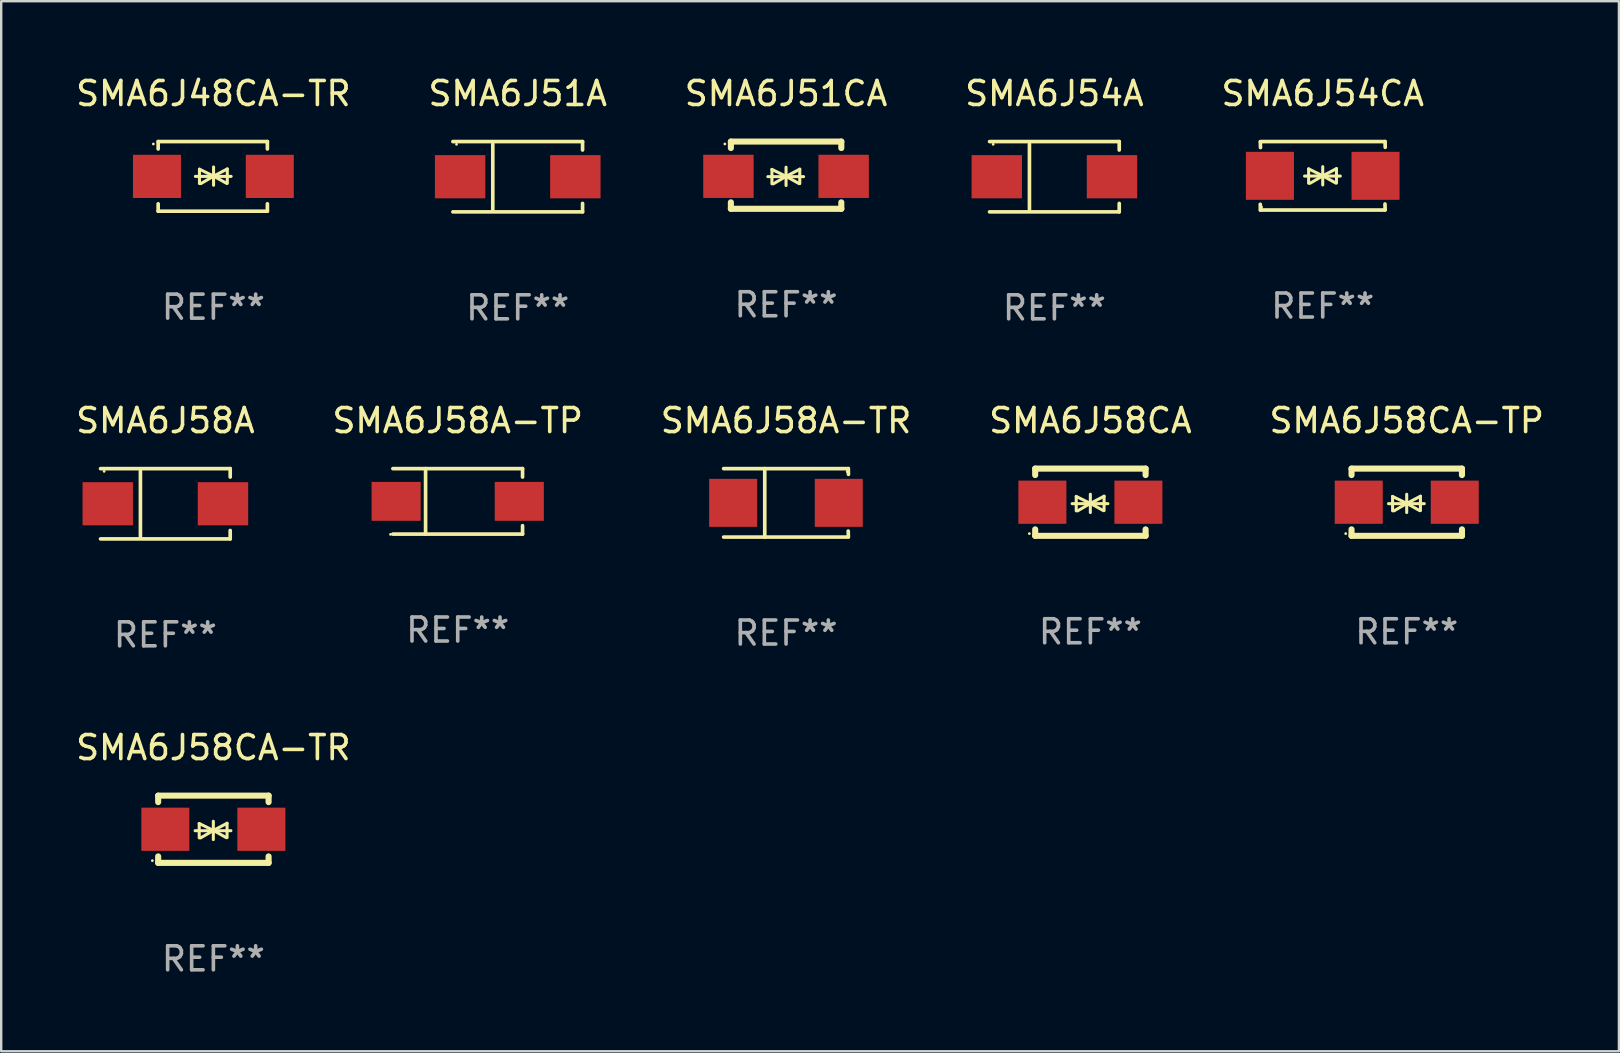
<source format=kicad_pcb>
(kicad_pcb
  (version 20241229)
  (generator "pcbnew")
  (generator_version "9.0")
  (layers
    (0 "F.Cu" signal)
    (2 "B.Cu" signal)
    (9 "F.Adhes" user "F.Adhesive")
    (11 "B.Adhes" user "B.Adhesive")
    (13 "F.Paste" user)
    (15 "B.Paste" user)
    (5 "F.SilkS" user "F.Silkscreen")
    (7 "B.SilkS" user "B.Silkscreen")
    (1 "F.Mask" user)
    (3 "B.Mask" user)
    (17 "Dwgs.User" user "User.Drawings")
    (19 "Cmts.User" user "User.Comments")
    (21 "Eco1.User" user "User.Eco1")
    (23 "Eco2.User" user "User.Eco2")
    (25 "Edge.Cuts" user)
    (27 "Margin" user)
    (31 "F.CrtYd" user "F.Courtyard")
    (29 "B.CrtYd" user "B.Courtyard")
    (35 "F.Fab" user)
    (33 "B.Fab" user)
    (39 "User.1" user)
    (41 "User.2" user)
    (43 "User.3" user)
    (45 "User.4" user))
  (footprint "SMA6J58A"
    (layer "F.Cu")
    (at 3.839 17.936)
    (property "Reference" "SMA6J58A" (at 0 -3.464 0) (layer "F.SilkS") (effects (font (size 1 1) (thickness 0.15))))
    (attr through_hole)
    (fp_line (start -2.701 -1.464) (end 2.701 -1.464) (stroke (width 0.152) (type solid)) (layer "F.SilkS"))
    (fp_line (start -2.701 1.464) (end 2.701 1.464) (stroke (width 0.152) (type solid)) (layer "F.SilkS"))
    (fp_line (start -1.039 -1.364) (end -1.039 1.364) (stroke (width 0.152) (type solid)) (layer "F.SilkS"))
    (fp_line (start 2.701 -1.464) (end 2.701 -1.113) (stroke (width 0.152) (type solid)) (layer "F.SilkS"))
    (fp_line (start 2.701 1.464) (end 2.701 1.113) (stroke (width 0.152) (type solid)) (layer "F.SilkS"))
    (fp_circle (center -2.55 -1.35) (end -2.52 -1.35) (stroke (width 0.06) (type solid)) (fill no) (layer "F.SilkS"))
    (fp_text user "REF**" (at 0 5.464 0) (layer "F.Fab") (effects (font (size 1 1) (thickness 0.15))))
    (pad "1" smd rect (at -2.4 0) (size 2.1 1.8) (layers "F.Cu" "F.Mask" "F.Paste"))
    (pad "2" smd rect (at 2.4 0) (size 2.1 1.8) (layers "F.Cu" "F.Mask" "F.Paste")))
  (footprint "SMA6J58CA-TP"
    (layer "F.Cu")
    (at 55.554 17.872)
    (property "Reference" "SMA6J58CA-TP" (at 0 -3.4 0) (layer "F.SilkS") (effects (font (size 1 1) (thickness 0.15))))
    (attr through_hole)
    (fp_line (start -2.3 -1.4) (end -2.3 -1.131) (stroke (width 0.254) (type solid)) (layer "F.SilkS"))
    (fp_line (start -2.3 -1.4) (end 2.3 -1.4) (stroke (width 0.254) (type solid)) (layer "F.SilkS"))
    (fp_line (start -2.3 1.131) (end -2.3 1.4) (stroke (width 0.254) (type solid)) (layer "F.SilkS"))
    (fp_line (start -2.3 1.4) (end 2.3 1.4) (stroke (width 0.254) (type solid)) (layer "F.SilkS"))
    (fp_line (start -0.76 0.06) (end 0.73 0.06) (stroke (width 0.127) (type solid)) (layer "F.SilkS"))
    (fp_line (start -0.59 -0.24) (end -0.59 0.36) (stroke (width 0.127) (type solid)) (layer "F.SilkS"))
    (fp_line (start -0.59 -0.24) (end -0.002 0.049) (stroke (width 0.127) (type solid)) (layer "F.SilkS"))
    (fp_line (start -0.53 0.36) (end -0.002 0.049) (stroke (width 0.127) (type solid)) (layer "F.SilkS"))
    (fp_line (start -0.002 0.049) (end -0.002 -0.332) (stroke (width 0.127) (type solid)) (layer "F.SilkS"))
    (fp_line (start -0.002 0.049) (end -0.002 0.43) (stroke (width 0.127) (type solid)) (layer "F.SilkS"))
    (fp_line (start 0.54 0.35) (end -0.002 0.049) (stroke (width 0.127) (type solid)) (layer "F.SilkS"))
    (fp_line (start 0.57 -0.25) (end -0.002 0.049) (stroke (width 0.127) (type solid)) (layer "F.SilkS"))
    (fp_line (start 0.57 -0.25) (end 0.57 0.35) (stroke (width 0.127) (type solid)) (layer "F.SilkS"))
    (fp_line (start 2.3 -1.4) (end 2.3 -1.131) (stroke (width 0.254) (type solid)) (layer "F.SilkS"))
    (fp_line (start 2.3 1.131) (end 2.3 1.4) (stroke (width 0.254) (type solid)) (layer "F.SilkS"))
    (fp_circle (center -2.542 1.308) (end -2.512 1.308) (stroke (width 0.06) (type solid)) (fill no) (layer "F.SilkS"))
    (fp_text user "REF**" (at 0 5.4 0) (layer "F.Fab") (effects (font (size 1 1) (thickness 0.15))))
    (pad "1" smd rect (at -2 0) (size 2 1.8) (layers "F.Cu" "F.Mask" "F.Paste"))
    (pad "2" smd rect (at 2 0) (size 2 1.8) (layers "F.Cu" "F.Mask" "F.Paste")))
  (footprint "SMA6J58CA-TR"
    (layer "F.Cu")
    (at 5.839 31.496)
    (property "Reference" "SMA6J58CA-TR" (at 0 -3.4 0) (layer "F.SilkS") (effects (font (size 1 1) (thickness 0.15))))
    (attr through_hole)
    (fp_line (start -2.3 -1.4) (end -2.3 -1.131) (stroke (width 0.254) (type solid)) (layer "F.SilkS"))
    (fp_line (start -2.3 -1.4) (end 2.3 -1.4) (stroke (width 0.254) (type solid)) (layer "F.SilkS"))
    (fp_line (start -2.3 1.131) (end -2.3 1.4) (stroke (width 0.254) (type solid)) (layer "F.SilkS"))
    (fp_line (start -2.3 1.4) (end 2.3 1.4) (stroke (width 0.254) (type solid)) (layer "F.SilkS"))
    (fp_line (start -0.76 0.06) (end 0.73 0.06) (stroke (width 0.127) (type solid)) (layer "F.SilkS"))
    (fp_line (start -0.59 -0.24) (end -0.59 0.36) (stroke (width 0.127) (type solid)) (layer "F.SilkS"))
    (fp_line (start -0.59 -0.24) (end -0.002 0.049) (stroke (width 0.127) (type solid)) (layer "F.SilkS"))
    (fp_line (start -0.53 0.36) (end -0.002 0.049) (stroke (width 0.127) (type solid)) (layer "F.SilkS"))
    (fp_line (start -0.002 0.049) (end -0.002 -0.332) (stroke (width 0.127) (type solid)) (layer "F.SilkS"))
    (fp_line (start -0.002 0.049) (end -0.002 0.43) (stroke (width 0.127) (type solid)) (layer "F.SilkS"))
    (fp_line (start 0.54 0.35) (end -0.002 0.049) (stroke (width 0.127) (type solid)) (layer "F.SilkS"))
    (fp_line (start 0.57 -0.25) (end -0.002 0.049) (stroke (width 0.127) (type solid)) (layer "F.SilkS"))
    (fp_line (start 0.57 -0.25) (end 0.57 0.35) (stroke (width 0.127) (type solid)) (layer "F.SilkS"))
    (fp_line (start 2.3 -1.4) (end 2.3 -1.131) (stroke (width 0.254) (type solid)) (layer "F.SilkS"))
    (fp_line (start 2.3 1.131) (end 2.3 1.4) (stroke (width 0.254) (type solid)) (layer "F.SilkS"))
    (fp_circle (center -2.542 1.308) (end -2.512 1.308) (stroke (width 0.06) (type solid)) (fill no) (layer "F.SilkS"))
    (fp_text user "REF**" (at 0 5.4 0) (layer "F.Fab") (effects (font (size 1 1) (thickness 0.15))))
    (pad "1" smd rect (at -2 0) (size 2 1.8) (layers "F.Cu" "F.Mask" "F.Paste"))
    (pad "2" smd rect (at 2 0) (size 2 1.8) (layers "F.Cu" "F.Mask" "F.Paste")))
  (footprint "SMA6J58CA"
    (layer "F.Cu")
    (at 42.375 17.872)
    (property "Reference" "SMA6J58CA" (at 0 -3.4 0) (layer "F.SilkS") (effects (font (size 1 1) (thickness 0.15))))
    (attr through_hole)
    (fp_line (start -2.3 -1.4) (end -2.3 -1.131) (stroke (width 0.254) (type solid)) (layer "F.SilkS"))
    (fp_line (start -2.3 -1.4) (end 2.3 -1.4) (stroke (width 0.254) (type solid)) (layer "F.SilkS"))
    (fp_line (start -2.3 1.131) (end -2.3 1.4) (stroke (width 0.254) (type solid)) (layer "F.SilkS"))
    (fp_line (start -2.3 1.4) (end 2.3 1.4) (stroke (width 0.254) (type solid)) (layer "F.SilkS"))
    (fp_line (start -0.76 0.06) (end 0.73 0.06) (stroke (width 0.127) (type solid)) (layer "F.SilkS"))
    (fp_line (start -0.59 -0.24) (end -0.59 0.36) (stroke (width 0.127) (type solid)) (layer "F.SilkS"))
    (fp_line (start -0.59 -0.24) (end -0.002 0.049) (stroke (width 0.127) (type solid)) (layer "F.SilkS"))
    (fp_line (start -0.53 0.36) (end -0.002 0.049) (stroke (width 0.127) (type solid)) (layer "F.SilkS"))
    (fp_line (start -0.002 0.049) (end -0.002 -0.332) (stroke (width 0.127) (type solid)) (layer "F.SilkS"))
    (fp_line (start -0.002 0.049) (end -0.002 0.43) (stroke (width 0.127) (type solid)) (layer "F.SilkS"))
    (fp_line (start 0.54 0.35) (end -0.002 0.049) (stroke (width 0.127) (type solid)) (layer "F.SilkS"))
    (fp_line (start 0.57 -0.25) (end -0.002 0.049) (stroke (width 0.127) (type solid)) (layer "F.SilkS"))
    (fp_line (start 0.57 -0.25) (end 0.57 0.35) (stroke (width 0.127) (type solid)) (layer "F.SilkS"))
    (fp_line (start 2.3 -1.4) (end 2.3 -1.131) (stroke (width 0.254) (type solid)) (layer "F.SilkS"))
    (fp_line (start 2.3 1.131) (end 2.3 1.4) (stroke (width 0.254) (type solid)) (layer "F.SilkS"))
    (fp_circle (center -2.542 1.308) (end -2.512 1.308) (stroke (width 0.06) (type solid)) (fill no) (layer "F.SilkS"))
    (fp_text user "REF**" (at 0 5.4 0) (layer "F.Fab") (effects (font (size 1 1) (thickness 0.15))))
    (pad "1" smd rect (at -2 0) (size 2 1.8) (layers "F.Cu" "F.Mask" "F.Paste"))
    (pad "2" smd rect (at 2 0) (size 2 1.8) (layers "F.Cu" "F.Mask" "F.Paste")))
  (footprint "SMA6J51A"
    (layer "F.Cu")
    (at 18.518 4.312)
    (property "Reference" "SMA6J51A" (at 0 -3.464 0) (layer "F.SilkS") (effects (font (size 1 1) (thickness 0.15))))
    (attr through_hole)
    (fp_line (start -2.701 -1.464) (end 2.701 -1.464) (stroke (width 0.152) (type solid)) (layer "F.SilkS"))
    (fp_line (start -2.701 1.464) (end 2.701 1.464) (stroke (width 0.152) (type solid)) (layer "F.SilkS"))
    (fp_line (start -1.039 -1.364) (end -1.039 1.364) (stroke (width 0.152) (type solid)) (layer "F.SilkS"))
    (fp_line (start 2.701 -1.464) (end 2.701 -1.113) (stroke (width 0.152) (type solid)) (layer "F.SilkS"))
    (fp_line (start 2.701 1.464) (end 2.701 1.113) (stroke (width 0.152) (type solid)) (layer "F.SilkS"))
    (fp_circle (center -2.55 -1.35) (end -2.52 -1.35) (stroke (width 0.06) (type solid)) (fill no) (layer "F.SilkS"))
    (fp_text user "REF**" (at 0 5.464 0) (layer "F.Fab") (effects (font (size 1 1) (thickness 0.15))))
    (pad "1" smd rect (at -2.4 0) (size 2.1 1.8) (layers "F.Cu" "F.Mask" "F.Paste"))
    (pad "2" smd rect (at 2.4 0) (size 2.1 1.8) (layers "F.Cu" "F.Mask" "F.Paste")))
  (footprint "SMA6J51CA"
    (layer "F.Cu")
    (at 29.696 4.248)
    (property "Reference" "SMA6J51CA" (at 0 -3.4 0) (layer "F.SilkS") (effects (font (size 1 1) (thickness 0.15))))
    (attr through_hole)
    (fp_line (start -2.298 -1.4) (end -2.298 -1.131) (stroke (width 0.254) (type solid)) (layer "F.SilkS"))
    (fp_line (start -2.298 -1.4) (end 2.302 -1.4) (stroke (width 0.254) (type solid)) (layer "F.SilkS"))
    (fp_line (start -2.298 1.131) (end -2.298 1.4) (stroke (width 0.254) (type solid)) (layer "F.SilkS"))
    (fp_line (start -2.298 1.4) (end 2.302 1.4) (stroke (width 0.254) (type solid)) (layer "F.SilkS"))
    (fp_line (start -0.758 0.06) (end 0.732 0.06) (stroke (width 0.127) (type solid)) (layer "F.SilkS"))
    (fp_line (start -0.588 -0.24) (end -0.588 0.36) (stroke (width 0.127) (type solid)) (layer "F.SilkS"))
    (fp_line (start -0.588 -0.24) (end 0.000025 0.049) (stroke (width 0.127) (type solid)) (layer "F.SilkS"))
    (fp_line (start -0.528 0.36) (end 0.000025 0.049) (stroke (width 0.127) (type solid)) (layer "F.SilkS"))
    (fp_line (start 0.000025 0.049) (end 0.000025 -0.332) (stroke (width 0.127) (type solid)) (layer "F.SilkS"))
    (fp_line (start 0.000025 0.049) (end 0.000025 0.43) (stroke (width 0.127) (type solid)) (layer "F.SilkS"))
    (fp_line (start 0.542 0.35) (end 0.000025 0.049) (stroke (width 0.127) (type solid)) (layer "F.SilkS"))
    (fp_line (start 0.572 -0.25) (end 0.000025 0.049) (stroke (width 0.127) (type solid)) (layer "F.SilkS"))
    (fp_line (start 0.572 -0.25) (end 0.572 0.35) (stroke (width 0.127) (type solid)) (layer "F.SilkS"))
    (fp_line (start 2.302 -1.4) (end 2.302 -1.131) (stroke (width 0.254) (type solid)) (layer "F.SilkS"))
    (fp_line (start 2.302 1.131) (end 2.302 1.4) (stroke (width 0.254) (type solid)) (layer "F.SilkS"))
    (fp_circle (center -2.549 -1.301) (end -2.519 -1.301) (stroke (width 0.06) (type solid)) (fill no) (layer "F.SilkS"))
    (fp_text user "REF**" (at 0 5.4 0) (layer "F.Fab") (effects (font (size 1 1) (thickness 0.15))))
    (pad "1" smd rect (at -2.4 0.049) (size 2.1 1.8) (layers "F.Cu" "F.Mask" "F.Paste"))
    (pad "2" smd rect (at 2.4 0.049) (size 2.1 1.8) (layers "F.Cu" "F.Mask" "F.Paste")))
  (footprint "SMA6J54A"
    (layer "F.Cu")
    (at 40.875 4.312)
    (property "Reference" "SMA6J54A" (at 0 -3.464 0) (layer "F.SilkS") (effects (font (size 1 1) (thickness 0.15))))
    (attr through_hole)
    (fp_line (start -2.701 -1.464) (end 2.701 -1.464) (stroke (width 0.152) (type solid)) (layer "F.SilkS"))
    (fp_line (start -2.701 1.464) (end 2.701 1.464) (stroke (width 0.152) (type solid)) (layer "F.SilkS"))
    (fp_line (start -1.039 -1.364) (end -1.039 1.364) (stroke (width 0.152) (type solid)) (layer "F.SilkS"))
    (fp_line (start 2.701 -1.464) (end 2.701 -1.113) (stroke (width 0.152) (type solid)) (layer "F.SilkS"))
    (fp_line (start 2.701 1.464) (end 2.701 1.113) (stroke (width 0.152) (type solid)) (layer "F.SilkS"))
    (fp_circle (center -2.55 -1.35) (end -2.52 -1.35) (stroke (width 0.06) (type solid)) (fill no) (layer "F.SilkS"))
    (fp_text user "REF**" (at 0 5.464 0) (layer "F.Fab") (effects (font (size 1 1) (thickness 0.15))))
    (pad "1" smd rect (at -2.4 0) (size 2.1 1.8) (layers "F.Cu" "F.Mask" "F.Paste"))
    (pad "2" smd rect (at 2.4 0) (size 2.1 1.8) (layers "F.Cu" "F.Mask" "F.Paste")))
  (footprint "SMA6J48CA-TR"
    (layer "F.Cu")
    (at 5.839 4.298)
    (property "Reference" "SMA6J48CA-TR" (at 0 -3.45 0) (layer "F.SilkS") (effects (font (size 1 1) (thickness 0.15))))
    (attr through_hole)
    (fp_line (start -2.3 -1.45) (end -2.3 -1.143) (stroke (width 0.152) (type solid)) (layer "F.SilkS"))
    (fp_line (start -2.3 -1.45) (end 2.25 -1.45) (stroke (width 0.152) (type solid)) (layer "F.SilkS"))
    (fp_line (start -2.3 1.45) (end -2.3 1.143) (stroke (width 0.152) (type solid)) (layer "F.SilkS"))
    (fp_line (start -0.75 0.000025) (end 0.74 0.000025) (stroke (width 0.127) (type solid)) (layer "F.SilkS"))
    (fp_line (start -0.58 -0.3) (end -0.58 0.3) (stroke (width 0.127) (type solid)) (layer "F.SilkS"))
    (fp_line (start -0.58 -0.3) (end 0.008 -0.011) (stroke (width 0.127) (type solid)) (layer "F.SilkS"))
    (fp_line (start -0.52 0.3) (end 0.008 -0.011) (stroke (width 0.127) (type solid)) (layer "F.SilkS"))
    (fp_line (start 0.008 -0.011) (end 0.008 -0.392) (stroke (width 0.127) (type solid)) (layer "F.SilkS"))
    (fp_line (start 0.008 -0.011) (end 0.008 0.37) (stroke (width 0.127) (type solid)) (layer "F.SilkS"))
    (fp_line (start 0.55 0.29) (end 0.008 -0.011) (stroke (width 0.127) (type solid)) (layer "F.SilkS"))
    (fp_line (start 0.58 -0.31) (end 0.008 -0.011) (stroke (width 0.127) (type solid)) (layer "F.SilkS"))
    (fp_line (start 0.58 -0.31) (end 0.58 0.29) (stroke (width 0.127) (type solid)) (layer "F.SilkS"))
    (fp_line (start 2.25 -1.45) (end 2.25 -1.143) (stroke (width 0.152) (type solid)) (layer "F.SilkS"))
    (fp_line (start 2.25 1.45) (end -2.3 1.45) (stroke (width 0.152) (type solid)) (layer "F.SilkS"))
    (fp_line (start 2.25 1.45) (end 2.25 1.143) (stroke (width 0.152) (type solid)) (layer "F.SilkS"))
    (fp_circle (center -2.5 -1.35) (end -2.47 -1.35) (stroke (width 0.06) (type solid)) (fill no) (layer "F.SilkS"))
    (fp_text user "REF**" (at 0 5.45 0) (layer "F.Fab") (effects (font (size 1 1) (thickness 0.15))))
    (pad "1" smd rect (at -2.35 -0.000025) (size 2 1.8) (layers "F.Cu" "F.Mask" "F.Paste"))
    (pad "2" smd rect (at 2.35 -0.000025) (size 2 1.8) (layers "F.Cu" "F.Mask" "F.Paste")))
  (footprint "SMA6J58A-TR"
    (layer "F.Cu")
    (at 29.696 17.898)
    (property "Reference" "SMA6J58A-TR" (at 0 -3.426 0) (layer "F.SilkS") (effects (font (size 1 1) (thickness 0.15))))
    (attr through_hole)
    (fp_line (start -2.6 -1.426) (end 2.593 -1.426) (stroke (width 0.152) (type solid)) (layer "F.SilkS"))
    (fp_line (start -2.6 1.426) (end 2.593 1.426) (stroke (width 0.152) (type solid)) (layer "F.SilkS"))
    (fp_line (start -0.887 -1.426) (end -0.887 1.426) (stroke (width 0.152) (type solid)) (layer "F.SilkS"))
    (fp_line (start 2.59 1.176) (end 2.597 1.415) (stroke (width 0.152) (type solid)) (layer "F.SilkS"))
    (fp_line (start 2.593 -1.426) (end 2.6 -1.187) (stroke (width 0.152) (type solid)) (layer "F.SilkS"))
    (fp_circle (center 2.547 -1.3) (end 2.577 -1.3) (stroke (width 0.06) (type solid)) (fill no) (layer "F.SilkS"))
    (fp_text user "REF**" (at 0 5.426 0) (layer "F.Fab") (effects (font (size 1 1) (thickness 0.15))))
    (pad "1" smd rect (at 2.197 -0.000025 180) (size 2 2) (layers "F.Cu" "F.Mask" "F.Paste"))
    (pad "2" smd rect (at -2.203 -0.000025 180) (size 2 2) (layers "F.Cu" "F.Mask" "F.Paste")))
  (footprint "SMA6J54CA"
    (layer "F.Cu")
    (at 52.054 4.274)
    (property "Reference" "SMA6J54CA" (at 0 -3.426 0) (layer "F.SilkS") (effects (font (size 1 1) (thickness 0.15))))
    (attr through_hole)
    (fp_line (start -2.596 -1.426) (end 2.596 -1.426) (stroke (width 0.152) (type solid)) (layer "F.SilkS"))
    (fp_line (start -2.596 1.426) (end -2.603 1.187) (stroke (width 0.152) (type solid)) (layer "F.SilkS"))
    (fp_line (start -2.596 1.426) (end 2.596 1.426) (stroke (width 0.152) (type solid)) (layer "F.SilkS"))
    (fp_line (start -2.593 -1.176) (end -2.6 -1.415) (stroke (width 0.152) (type solid)) (layer "F.SilkS"))
    (fp_line (start -0.758 0.011) (end 0.732 0.011) (stroke (width 0.127) (type solid)) (layer "F.SilkS"))
    (fp_line (start -0.588 -0.289) (end -0.588 0.311) (stroke (width 0.127) (type solid)) (layer "F.SilkS"))
    (fp_line (start -0.588 -0.289) (end 0 0) (stroke (width 0.127) (type solid)) (layer "F.SilkS"))
    (fp_line (start -0.528 0.311) (end 0 0) (stroke (width 0.127) (type solid)) (layer "F.SilkS"))
    (fp_line (start 0 0) (end 0 -0.381) (stroke (width 0.127) (type solid)) (layer "F.SilkS"))
    (fp_line (start 0 0) (end 0 0.381) (stroke (width 0.127) (type solid)) (layer "F.SilkS"))
    (fp_line (start 0.542 0.301) (end 0 0) (stroke (width 0.127) (type solid)) (layer "F.SilkS"))
    (fp_line (start 0.572 -0.299) (end 0 0) (stroke (width 0.127) (type solid)) (layer "F.SilkS"))
    (fp_line (start 0.572 -0.299) (end 0.572 0.301) (stroke (width 0.127) (type solid)) (layer "F.SilkS"))
    (fp_line (start 2.593 1.176) (end 2.6 1.415) (stroke (width 0.152) (type solid)) (layer "F.SilkS"))
    (fp_line (start 2.596 -1.426) (end 2.603 -1.187) (stroke (width 0.152) (type solid)) (layer "F.SilkS"))
    (fp_circle (center -2.55 1.3) (end -2.52 1.3) (stroke (width 0.06) (type solid)) (fill no) (layer "F.SilkS"))
    (fp_text user "REF**" (at 0 5.426 0) (layer "F.Fab") (effects (font (size 1 1) (thickness 0.15))))
    (pad "1" smd rect (at -2.2 0 180) (size 2 2) (layers "F.Cu" "F.Mask" "F.Paste"))
    (pad "2" smd rect (at 2.2 0 180) (size 2 2) (layers "F.Cu" "F.Mask" "F.Paste")))
  (footprint "SMA6J58A-TP"
    (layer "F.Cu")
    (at 16.018 17.836)
    (property "Reference" "SMA6J58A-TP" (at 0 -3.364 0) (layer "F.SilkS") (effects (font (size 1 1) (thickness 0.15))))
    (attr through_hole)
    (fp_line (start -2.701 -1.364) (end 2.701 -1.364) (stroke (width 0.152) (type solid)) (layer "F.SilkS"))
    (fp_line (start -2.701 1.364) (end 2.701 1.364) (stroke (width 0.152) (type solid)) (layer "F.SilkS"))
    (fp_line (start -1.339 -1.364) (end -1.339 1.364) (stroke (width 0.152) (type solid)) (layer "F.SilkS"))
    (fp_line (start 2.701 -1.364) (end 2.701 -1.013) (stroke (width 0.152) (type solid)) (layer "F.SilkS"))
    (fp_line (start 2.701 1.364) (end 2.701 1.013) (stroke (width 0.152) (type solid)) (layer "F.SilkS"))
    (fp_circle (center -2.8 1.375) (end -2.77 1.375) (stroke (width 0.06) (type solid)) (fill no) (layer "F.SilkS"))
    (fp_text user "REF**" (at 0 5.364 0) (layer "F.Fab") (effects (font (size 1 1) (thickness 0.15))))
    (pad "1" smd rect (at -2.565 -0.000025) (size 2.046 1.62) (layers "F.Cu" "F.Mask" "F.Paste"))
    (pad "2" smd rect (at 2.565 -0.000025) (size 2.046 1.62) (layers "F.Cu" "F.Mask" "F.Paste")))
  (gr_rect
    (start -3 -3)
    (end 64.393 40.744)
    (stroke (width 0.1) (type default))
    (fill no)
    (layer "Edge.Cuts")))
</source>
